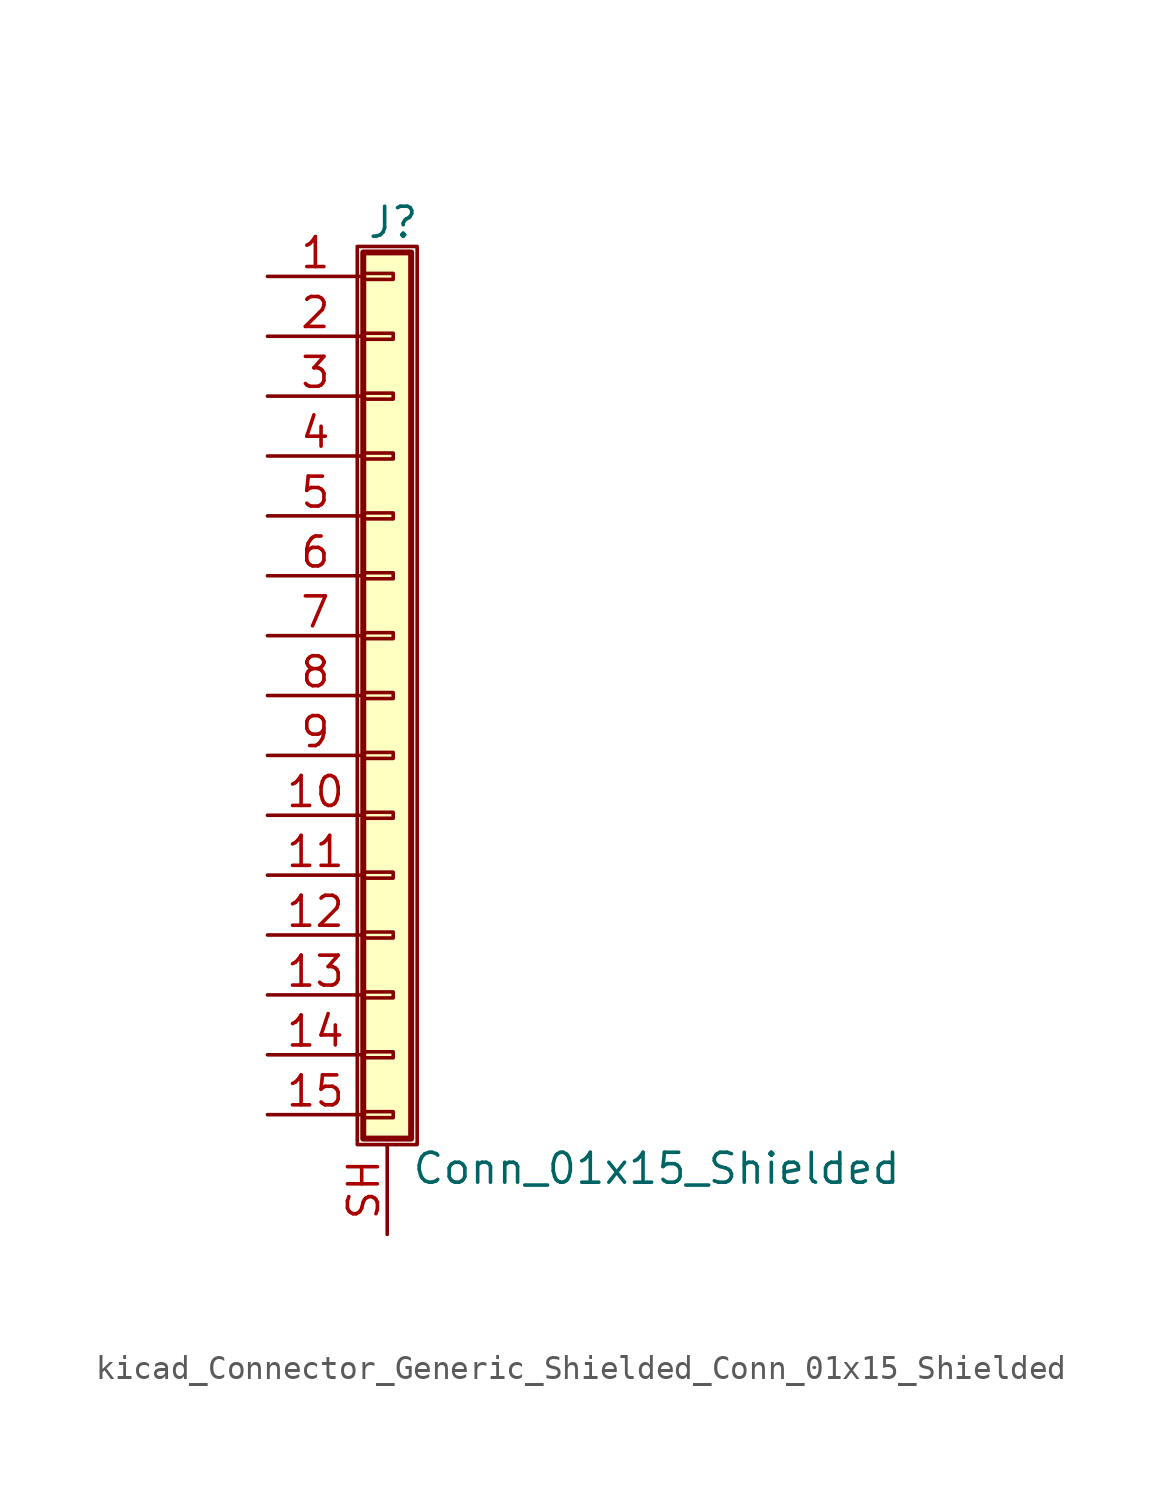
<source format=kicad_sym>
(kicad_symbol_lib
  (version 20220914)
  (generator kicad_symbol_editor)
  (symbol "kicad_Connector_Generic_Shielded_Conn_01x15_Shielded"
    (pin_names
      (offset 1.016) hide)
    (property "Reference" "J"
      (at 0.254 20.066 0)
      (effects (font (size 1.27 1.27))))
    (property "Value" "Conn_01x15_Shielded"
      (at 1.016 -20.066 0)
      (effects (font (size 1.27 1.27)) (justify left)))
    (symbol "kicad_Connector_Generic_Shielded_Conn_01x15_Shielded_1_1"
      (rectangle (start -1.27 19.05) (end 1.27 -19.05) (stroke (width 0.152) (type default)) (fill (type none)))
      (rectangle (start -1.016 -17.653) (end 0.254 -17.907) (stroke (width 0.152) (type default)) (fill (type none)))
      (rectangle (start -1.016 -15.113) (end 0.254 -15.367) (stroke (width 0.152) (type default)) (fill (type none)))
      (rectangle (start -1.016 -12.573) (end 0.254 -12.827) (stroke (width 0.152) (type default)) (fill (type none)))
      (rectangle (start -1.016 -10.033) (end 0.254 -10.287) (stroke (width 0.152) (type default)) (fill (type none)))
      (rectangle (start -1.016 -7.493) (end 0.254 -7.747) (stroke (width 0.152) (type default)) (fill (type none)))
      (rectangle (start -1.016 -4.953) (end 0.254 -5.207) (stroke (width 0.152) (type default)) (fill (type none)))
      (rectangle (start -1.016 -2.413) (end 0.254 -2.667) (stroke (width 0.152) (type default)) (fill (type none)))
      (rectangle (start -1.016 0.127) (end 0.254 -0.127) (stroke (width 0.152) (type default)) (fill (type none)))
      (rectangle (start -1.016 2.667) (end 0.254 2.413) (stroke (width 0.152) (type default)) (fill (type none)))
      (rectangle (start -1.016 5.207) (end 0.254 4.953) (stroke (width 0.152) (type default)) (fill (type none)))
      (rectangle (start -1.016 7.747) (end 0.254 7.493) (stroke (width 0.152) (type default)) (fill (type none)))
      (rectangle (start -1.016 10.287) (end 0.254 10.033) (stroke (width 0.152) (type default)) (fill (type none)))
      (rectangle (start -1.016 12.827) (end 0.254 12.573) (stroke (width 0.152) (type default)) (fill (type none)))
      (rectangle (start -1.016 15.367) (end 0.254 15.113) (stroke (width 0.152) (type default)) (fill (type none)))
      (rectangle (start -1.016 17.907) (end 0.254 17.653) (stroke (width 0.152) (type default)) (fill (type none)))
      (rectangle (start -1.016 18.796) (end 1.016 -18.796) (stroke (width 0.254) (type default)) (fill (type background)))
      (pin passive line (at -5.08 17.78 0) (length 4.064) (name "Pin_1" (effects (font (size 1.27 1.27)))) (number "1" (effects (font (size 1.27 1.27)))))
      (pin passive line (at -5.08 -5.08 0) (length 4.064) (name "Pin_10" (effects (font (size 1.27 1.27)))) (number "10" (effects (font (size 1.27 1.27)))))
      (pin passive line (at -5.08 -7.62 0) (length 4.064) (name "Pin_11" (effects (font (size 1.27 1.27)))) (number "11" (effects (font (size 1.27 1.27)))))
      (pin passive line (at -5.08 -10.16 0) (length 4.064) (name "Pin_12" (effects (font (size 1.27 1.27)))) (number "12" (effects (font (size 1.27 1.27)))))
      (pin passive line (at -5.08 -12.7 0) (length 4.064) (name "Pin_13" (effects (font (size 1.27 1.27)))) (number "13" (effects (font (size 1.27 1.27)))))
      (pin passive line (at -5.08 -15.24 0) (length 4.064) (name "Pin_14" (effects (font (size 1.27 1.27)))) (number "14" (effects (font (size 1.27 1.27)))))
      (pin passive line (at -5.08 -17.78 0) (length 4.064) (name "Pin_15" (effects (font (size 1.27 1.27)))) (number "15" (effects (font (size 1.27 1.27)))))
      (pin passive line (at -5.08 15.24 0) (length 4.064) (name "Pin_2" (effects (font (size 1.27 1.27)))) (number "2" (effects (font (size 1.27 1.27)))))
      (pin passive line (at -5.08 12.7 0) (length 4.064) (name "Pin_3" (effects (font (size 1.27 1.27)))) (number "3" (effects (font (size 1.27 1.27)))))
      (pin passive line (at -5.08 10.16 0) (length 4.064) (name "Pin_4" (effects (font (size 1.27 1.27)))) (number "4" (effects (font (size 1.27 1.27)))))
      (pin passive line (at -5.08 7.62 0) (length 4.064) (name "Pin_5" (effects (font (size 1.27 1.27)))) (number "5" (effects (font (size 1.27 1.27)))))
      (pin passive line (at -5.08 5.08 0) (length 4.064) (name "Pin_6" (effects (font (size 1.27 1.27)))) (number "6" (effects (font (size 1.27 1.27)))))
      (pin passive line (at -5.08 2.54 0) (length 4.064) (name "Pin_7" (effects (font (size 1.27 1.27)))) (number "7" (effects (font (size 1.27 1.27)))))
      (pin passive line (at -5.08 0 0) (length 4.064) (name "Pin_8" (effects (font (size 1.27 1.27)))) (number "8" (effects (font (size 1.27 1.27)))))
      (pin passive line (at -5.08 -2.54 0) (length 4.064) (name "Pin_9" (effects (font (size 1.27 1.27)))) (number "9" (effects (font (size 1.27 1.27)))))
      (pin passive line (at 0 -22.86 90) (length 3.81) (name "Shield" (effects (font (size 1.27 1.27)))) (number "SH" (effects (font (size 1.27 1.27))))))))
</source>
